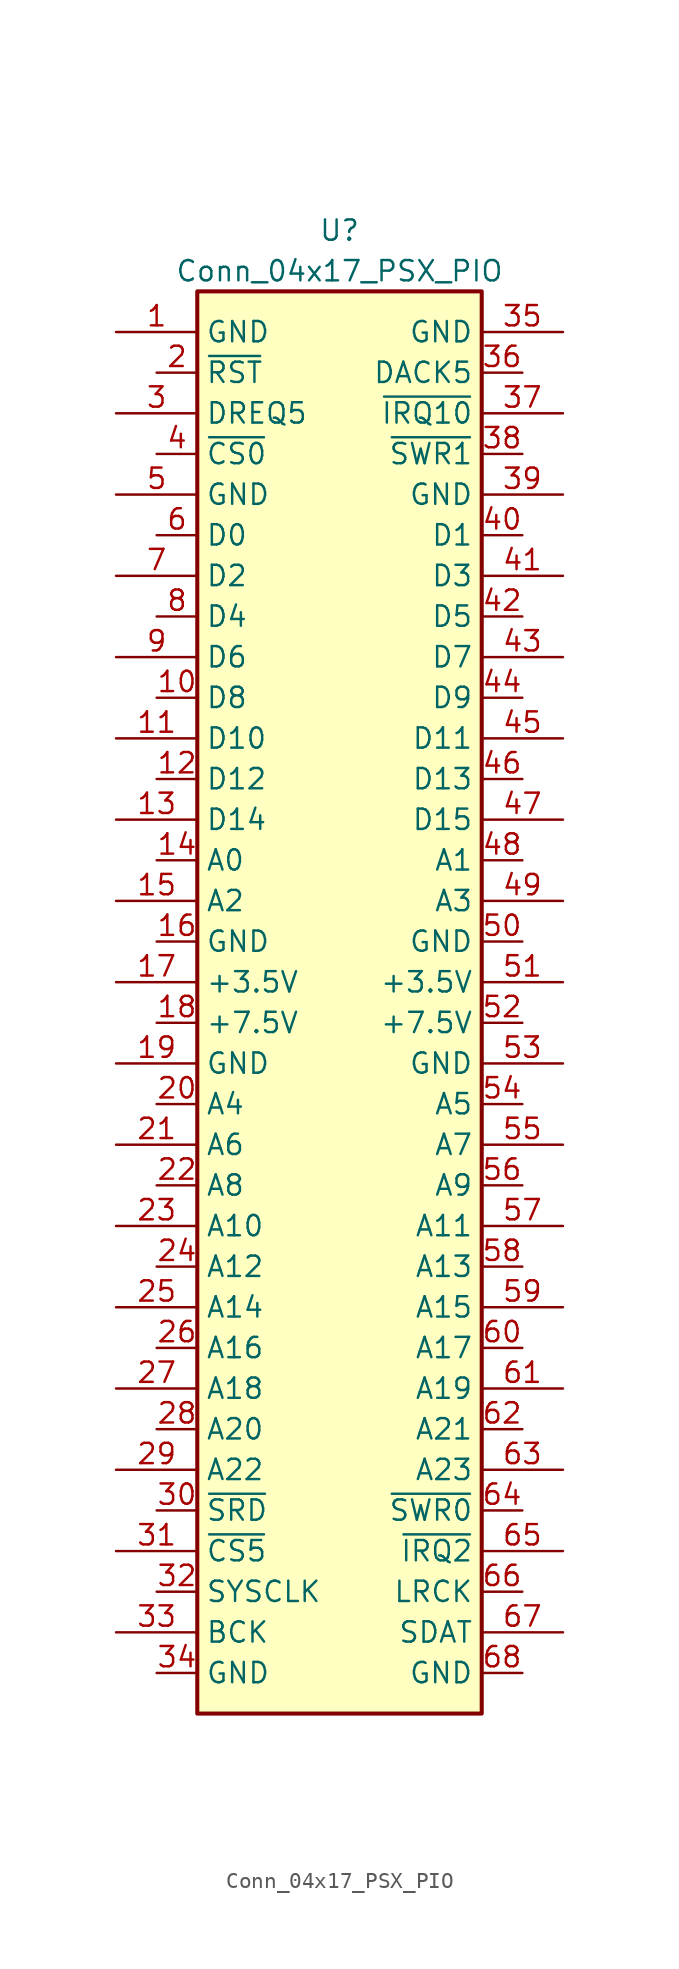
<source format=kicad_sym>
(kicad_symbol_lib
  (version 20220914)
  (generator kicad_symbol_editor)
  (symbol "Conn_04x17_PSX_PIO"
    (property "Reference" "U"
      (at 13.97 6.35 0)
      (effects (font (size 1.27 1.27))))
    (property "Value" "Conn_04x17_PSX_PIO"
      (at 13.97 3.81 0)
      (effects (font (size 1.27 1.27))))
    (symbol "Conn_04x17_PSX_PIO_0_0"
      (pin bidirectional line (at 2.54 -22.86 0) (length 2.54) (name "D8" (effects (font (size 1.27 1.27)))) (number "10" (effects (font (size 1.27 1.27)))))
      (pin bidirectional line (at 2.54 -27.94 0) (length 2.54) (name "D12" (effects (font (size 1.27 1.27)))) (number "12" (effects (font (size 1.27 1.27)))))
      (pin input line (at 2.54 -33.02 0) (length 2.54) (name "A0" (effects (font (size 1.27 1.27)))) (number "14" (effects (font (size 1.27 1.27)))))
      (pin power_in line (at 2.54 -38.1 0) (length 2.54) (name "GND" (effects (font (size 1.27 1.27)))) (number "16" (effects (font (size 1.27 1.27)))))
      (pin power_in line (at 2.54 -43.18 0) (length 2.54) (name "+7.5V" (effects (font (size 1.27 1.27)))) (number "18" (effects (font (size 1.27 1.27)))))
      (pin input line (at 2.54 -2.54 0) (length 2.54) (name "~{RST}" (effects (font (size 1.27 1.27)))) (number "2" (effects (font (size 1.27 1.27)))))
      (pin input line (at 2.54 -48.26 0) (length 2.54) (name "A4" (effects (font (size 1.27 1.27)))) (number "20" (effects (font (size 1.27 1.27)))))
      (pin input line (at 2.54 -53.34 0) (length 2.54) (name "A8" (effects (font (size 1.27 1.27)))) (number "22" (effects (font (size 1.27 1.27)))))
      (pin input line (at 2.54 -58.42 0) (length 2.54) (name "A12" (effects (font (size 1.27 1.27)))) (number "24" (effects (font (size 1.27 1.27)))))
      (pin input line (at 2.54 -63.5 0) (length 2.54) (name "A16" (effects (font (size 1.27 1.27)))) (number "26" (effects (font (size 1.27 1.27)))))
      (pin input line (at 2.54 -68.58 0) (length 2.54) (name "A20" (effects (font (size 1.27 1.27)))) (number "28" (effects (font (size 1.27 1.27)))))
      (pin input line (at 2.54 -78.74 0) (length 2.54) (name "SYSCLK" (effects (font (size 1.27 1.27)))) (number "32" (effects (font (size 1.27 1.27)))))
      (pin power_in line (at 2.54 -83.82 0) (length 2.54) (name "GND" (effects (font (size 1.27 1.27)))) (number "34" (effects (font (size 1.27 1.27)))))
      (pin input line (at 25.4 -2.54 180) (length 2.54) (name "DACK5" (effects (font (size 1.27 1.27)))) (number "36" (effects (font (size 1.27 1.27)))))
      (pin bidirectional line (at 25.4 -12.7 180) (length 2.54) (name "D1" (effects (font (size 1.27 1.27)))) (number "40" (effects (font (size 1.27 1.27)))))
      (pin bidirectional line (at 25.4 -17.78 180) (length 2.54) (name "D5" (effects (font (size 1.27 1.27)))) (number "42" (effects (font (size 1.27 1.27)))))
      (pin bidirectional line (at 25.4 -22.86 180) (length 2.54) (name "D9" (effects (font (size 1.27 1.27)))) (number "44" (effects (font (size 1.27 1.27)))))
      (pin bidirectional line (at 25.4 -27.94 180) (length 2.54) (name "D13" (effects (font (size 1.27 1.27)))) (number "46" (effects (font (size 1.27 1.27)))))
      (pin input line (at 25.4 -33.02 180) (length 2.54) (name "A1" (effects (font (size 1.27 1.27)))) (number "48" (effects (font (size 1.27 1.27)))))
      (pin power_in line (at 25.4 -38.1 180) (length 2.54) (name "GND" (effects (font (size 1.27 1.27)))) (number "50" (effects (font (size 1.27 1.27)))))
      (pin power_in line (at 25.4 -43.18 180) (length 2.54) (name "+7.5V" (effects (font (size 1.27 1.27)))) (number "52" (effects (font (size 1.27 1.27)))))
      (pin input line (at 25.4 -48.26 180) (length 2.54) (name "A5" (effects (font (size 1.27 1.27)))) (number "54" (effects (font (size 1.27 1.27)))))
      (pin input line (at 25.4 -53.34 180) (length 2.54) (name "A9" (effects (font (size 1.27 1.27)))) (number "56" (effects (font (size 1.27 1.27)))))
      (pin input line (at 25.4 -58.42 180) (length 2.54) (name "A13" (effects (font (size 1.27 1.27)))) (number "58" (effects (font (size 1.27 1.27)))))
      (pin bidirectional line (at 2.54 -12.7 0) (length 2.54) (name "D0" (effects (font (size 1.27 1.27)))) (number "6" (effects (font (size 1.27 1.27)))))
      (pin input line (at 25.4 -63.5 180) (length 2.54) (name "A17" (effects (font (size 1.27 1.27)))) (number "60" (effects (font (size 1.27 1.27)))))
      (pin input line (at 25.4 -68.58 180) (length 2.54) (name "A21" (effects (font (size 1.27 1.27)))) (number "62" (effects (font (size 1.27 1.27)))))
      (pin power_in line (at 25.4 -83.82 180) (length 2.54) (name "GND" (effects (font (size 1.27 1.27)))) (number "68" (effects (font (size 1.27 1.27)))))
      (pin bidirectional line (at 2.54 -17.78 0) (length 2.54) (name "D4" (effects (font (size 1.27 1.27)))) (number "8" (effects (font (size 1.27 1.27))))))
    (symbol "Conn_04x17_PSX_PIO_1_0"
      (pin power_in line (at 0 0 0) (length 5.08) (name "GND" (effects (font (size 1.27 1.27)))) (number "1" (effects (font (size 1.27 1.27)))))
      (pin bidirectional line (at 0 -25.4 0) (length 5.08) (name "D10" (effects (font (size 1.27 1.27)))) (number "11" (effects (font (size 1.27 1.27)))))
      (pin bidirectional line (at 0 -30.48 0) (length 5.08) (name "D14" (effects (font (size 1.27 1.27)))) (number "13" (effects (font (size 1.27 1.27)))))
      (pin input line (at 0 -35.56 0) (length 5.08) (name "A2" (effects (font (size 1.27 1.27)))) (number "15" (effects (font (size 1.27 1.27)))))
      (pin power_in line (at 0 -40.64 0) (length 5.08) (name "+3.5V" (effects (font (size 1.27 1.27)))) (number "17" (effects (font (size 1.27 1.27)))))
      (pin power_in line (at 0 -45.72 0) (length 5.08) (name "GND" (effects (font (size 1.27 1.27)))) (number "19" (effects (font (size 1.27 1.27)))))
      (pin input line (at 0 -50.8 0) (length 5.08) (name "A6" (effects (font (size 1.27 1.27)))) (number "21" (effects (font (size 1.27 1.27)))))
      (pin input line (at 0 -55.88 0) (length 5.08) (name "A10" (effects (font (size 1.27 1.27)))) (number "23" (effects (font (size 1.27 1.27)))))
      (pin input line (at 0 -60.96 0) (length 5.08) (name "A14" (effects (font (size 1.27 1.27)))) (number "25" (effects (font (size 1.27 1.27)))))
      (pin input line (at 0 -66.04 0) (length 5.08) (name "A18" (effects (font (size 1.27 1.27)))) (number "27" (effects (font (size 1.27 1.27)))))
      (pin input line (at 0 -71.12 0) (length 5.08) (name "A22" (effects (font (size 1.27 1.27)))) (number "29" (effects (font (size 1.27 1.27)))))
      (pin output line (at 0 -5.08 0) (length 5.08) (name "DREQ5" (effects (font (size 1.27 1.27)))) (number "3" (effects (font (size 1.27 1.27)))))
      (pin input line (at 2.54 -73.66 0) (length 2.54) (name "~{SRD}" (effects (font (size 1.27 1.27)))) (number "30" (effects (font (size 1.27 1.27)))))
      (pin input line (at 0 -76.2 0) (length 5.08) (name "~{CS5}" (effects (font (size 1.27 1.27)))) (number "31" (effects (font (size 1.27 1.27)))))
      (pin output line (at 0 -81.28 0) (length 5.08) (name "BCK" (effects (font (size 1.27 1.27)))) (number "33" (effects (font (size 1.27 1.27)))))
      (pin power_in line (at 27.94 0 180) (length 5.08) (name "GND" (effects (font (size 1.27 1.27)))) (number "35" (effects (font (size 1.27 1.27)))))
      (pin output line (at 27.94 -5.08 180) (length 5.08) (name "~{IRQ10}" (effects (font (size 1.27 1.27)))) (number "37" (effects (font (size 1.27 1.27)))))
      (pin input line (at 25.4 -7.62 180) (length 2.54) (name "~{SWR1}" (effects (font (size 1.27 1.27)))) (number "38" (effects (font (size 1.27 1.27)))))
      (pin power_in line (at 27.94 -10.16 180) (length 5.08) (name "GND" (effects (font (size 1.27 1.27)))) (number "39" (effects (font (size 1.27 1.27)))))
      (pin input line (at 2.54 -7.62 0) (length 2.54) (name "~{CS0}" (effects (font (size 1.27 1.27)))) (number "4" (effects (font (size 1.27 1.27)))))
      (pin bidirectional line (at 27.94 -15.24 180) (length 5.08) (name "D3" (effects (font (size 1.27 1.27)))) (number "41" (effects (font (size 1.27 1.27)))))
      (pin bidirectional line (at 27.94 -20.32 180) (length 5.08) (name "D7" (effects (font (size 1.27 1.27)))) (number "43" (effects (font (size 1.27 1.27)))))
      (pin bidirectional line (at 27.94 -25.4 180) (length 5.08) (name "D11" (effects (font (size 1.27 1.27)))) (number "45" (effects (font (size 1.27 1.27)))))
      (pin bidirectional line (at 27.94 -30.48 180) (length 5.08) (name "D15" (effects (font (size 1.27 1.27)))) (number "47" (effects (font (size 1.27 1.27)))))
      (pin input line (at 27.94 -35.56 180) (length 5.08) (name "A3" (effects (font (size 1.27 1.27)))) (number "49" (effects (font (size 1.27 1.27)))))
      (pin power_in line (at 0 -10.16 0) (length 5.08) (name "GND" (effects (font (size 1.27 1.27)))) (number "5" (effects (font (size 1.27 1.27)))))
      (pin power_in line (at 27.94 -40.64 180) (length 5.08) (name "+3.5V" (effects (font (size 1.27 1.27)))) (number "51" (effects (font (size 1.27 1.27)))))
      (pin power_in line (at 27.94 -45.72 180) (length 5.08) (name "GND" (effects (font (size 1.27 1.27)))) (number "53" (effects (font (size 1.27 1.27)))))
      (pin input line (at 27.94 -50.8 180) (length 5.08) (name "A7" (effects (font (size 1.27 1.27)))) (number "55" (effects (font (size 1.27 1.27)))))
      (pin input line (at 27.94 -55.88 180) (length 5.08) (name "A11" (effects (font (size 1.27 1.27)))) (number "57" (effects (font (size 1.27 1.27)))))
      (pin input line (at 27.94 -60.96 180) (length 5.08) (name "A15" (effects (font (size 1.27 1.27)))) (number "59" (effects (font (size 1.27 1.27)))))
      (pin input line (at 27.94 -66.04 180) (length 5.08) (name "A19" (effects (font (size 1.27 1.27)))) (number "61" (effects (font (size 1.27 1.27)))))
      (pin input line (at 27.94 -71.12 180) (length 5.08) (name "A23" (effects (font (size 1.27 1.27)))) (number "63" (effects (font (size 1.27 1.27)))))
      (pin input line (at 25.4 -73.66 180) (length 2.54) (name "~{SWR0}" (effects (font (size 1.27 1.27)))) (number "64" (effects (font (size 1.27 1.27)))))
      (pin output line (at 27.94 -76.2 180) (length 5.08) (name "~{IRQ2}" (effects (font (size 1.27 1.27)))) (number "65" (effects (font (size 1.27 1.27)))))
      (pin output line (at 25.4 -78.74 180) (length 2.54) (name "LRCK" (effects (font (size 1.27 1.27)))) (number "66" (effects (font (size 1.27 1.27)))))
      (pin output line (at 27.94 -81.28 180) (length 5.08) (name "SDAT" (effects (font (size 1.27 1.27)))) (number "67" (effects (font (size 1.27 1.27)))))
      (pin bidirectional line (at 0 -15.24 0) (length 5.08) (name "D2" (effects (font (size 1.27 1.27)))) (number "7" (effects (font (size 1.27 1.27)))))
      (pin bidirectional line (at 0 -20.32 0) (length 5.08) (name "D6" (effects (font (size 1.27 1.27)))) (number "9" (effects (font (size 1.27 1.27))))))
    (symbol "Conn_04x17_PSX_PIO_1_1"
      (rectangle (start 5.08 2.54) (end 22.86 -86.36) (stroke (width 0.254) (type default)) (fill (type background))))))
</source>
